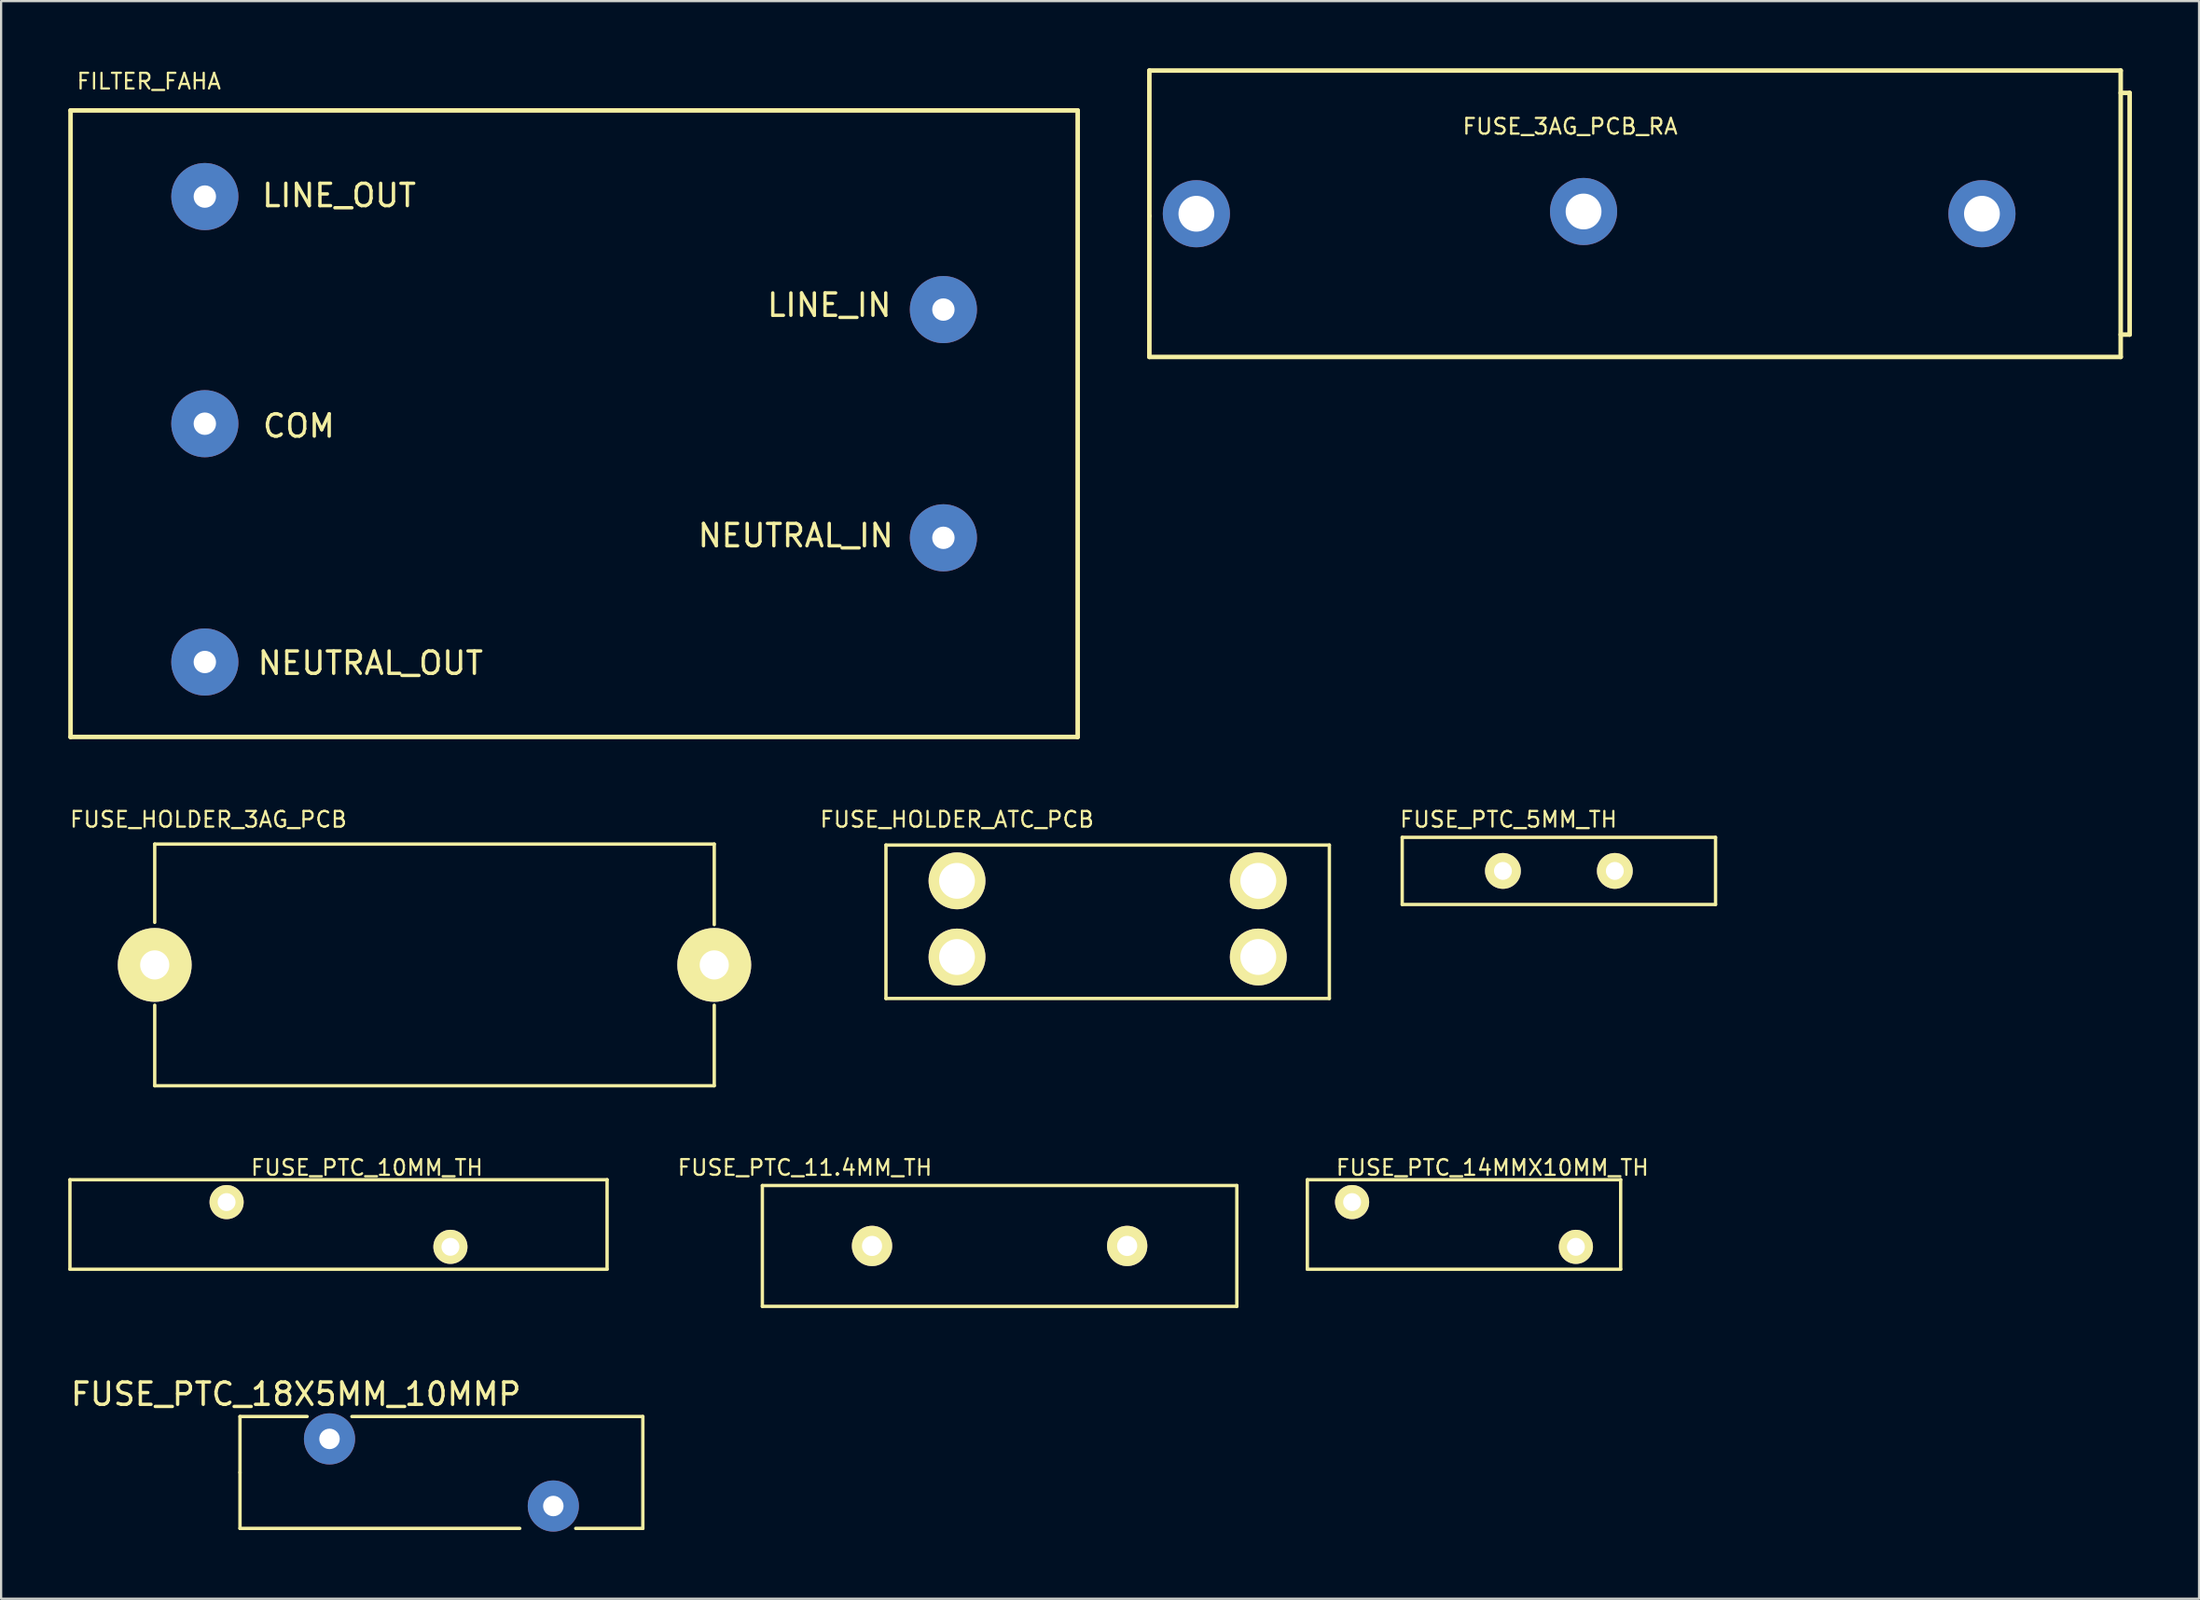
<source format=kicad_pcb>
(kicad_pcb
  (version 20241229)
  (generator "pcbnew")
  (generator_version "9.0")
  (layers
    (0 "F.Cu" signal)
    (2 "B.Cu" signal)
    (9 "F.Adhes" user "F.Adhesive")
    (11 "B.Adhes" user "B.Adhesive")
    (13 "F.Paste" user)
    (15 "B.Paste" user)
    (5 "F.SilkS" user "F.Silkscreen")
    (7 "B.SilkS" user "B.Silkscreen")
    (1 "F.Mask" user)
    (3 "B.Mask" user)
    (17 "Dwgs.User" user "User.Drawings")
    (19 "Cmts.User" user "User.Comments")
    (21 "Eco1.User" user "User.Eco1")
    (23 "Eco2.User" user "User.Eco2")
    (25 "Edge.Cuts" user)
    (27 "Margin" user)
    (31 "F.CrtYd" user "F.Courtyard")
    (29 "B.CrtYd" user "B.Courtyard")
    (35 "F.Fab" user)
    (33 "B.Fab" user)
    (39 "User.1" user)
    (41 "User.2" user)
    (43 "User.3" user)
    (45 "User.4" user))
  (footprint "FUSE_PTC_18X5MM_10MMP"
    (layer "F.Cu")
    (at 16.673 62.755)
    (property "Reference" "FUSE_PTC_18X5MM_10MMP" (at -6.5 -3.5 0) (layer "F.SilkS") (effects (font (size 1 1) (thickness 0.15))))
    (attr through_hole)
    (fp_line (start -9 -2.5) (end -6 -2.5) (stroke (width 0.15) (type solid)) (layer "F.SilkS"))
    (fp_line (start -9 0) (end -9 -2.5) (stroke (width 0.15) (type solid)) (layer "F.SilkS"))
    (fp_line (start -9 2.5) (end -9 0) (stroke (width 0.15) (type solid)) (layer "F.SilkS"))
    (fp_line (start -4 -2.5) (end 9 -2.5) (stroke (width 0.15) (type solid)) (layer "F.SilkS"))
    (fp_line (start 3.5 2.5) (end -9 2.5) (stroke (width 0.15) (type solid)) (layer "F.SilkS"))
    (fp_line (start 9 -2.5) (end 9 2.5) (stroke (width 0.15) (type solid)) (layer "F.SilkS"))
    (fp_line (start 9 2.5) (end 6 2.5) (stroke (width 0.15) (type solid)) (layer "F.SilkS"))
    (pad "1" thru_hole circle (at -5 -1.5) (size 2.286 2.286) (drill 0.914) (layers "*.Cu" "*.Mask"))
    (pad "2" thru_hole circle (at 5 1.5) (size 2.286 2.286) (drill 0.914) (layers "*.Cu" "*.Mask")))
  (footprint "FUSE_PTC_11.4MM_TH"
    (layer "F.Cu")
    (at 41.613 52.632)
    (property "Reference" "FUSE_PTC_11.4MM_TH" (at -8.7 -3.5 0) (layer "F.SilkS") (effects (font (size 0.7 0.7) (thickness 0.1))))
    (attr through_hole)
    (fp_line (start -10.6 -2.7) (end -10.6 2.7) (stroke (width 0.15) (type solid)) (layer "F.SilkS"))
    (fp_line (start -10.6 2.7) (end 10.6 2.7) (stroke (width 0.15) (type solid)) (layer "F.SilkS"))
    (fp_line (start 10.6 -2.7) (end -10.6 -2.7) (stroke (width 0.15) (type solid)) (layer "F.SilkS"))
    (fp_line (start 10.6 2.7) (end 10.6 -2.7) (stroke (width 0.15) (type solid)) (layer "F.SilkS"))
    (pad "1" thru_hole circle (at -5.7 0) (size 1.8 1.8) (drill 0.9) (layers "*.Cu" "*.Mask" "F.SilkS"))
    (pad "2" thru_hole circle (at 5.7 0) (size 1.8 1.8) (drill 0.9) (layers "*.Cu" "*.Mask" "F.SilkS")))
  (footprint "FUSE_PTC_5MM_TH"
    (layer "F.Cu")
    (at 66.602 35.872)
    (property "Reference" "FUSE_PTC_5MM_TH" (at -2.25 -2.3 0) (layer "F.SilkS") (effects (font (size 0.7 0.7) (thickness 0.1))))
    (attr through_hole)
    (fp_line (start -7 -1.5) (end 7 -1.5) (stroke (width 0.15) (type solid)) (layer "F.SilkS"))
    (fp_line (start -7 1.5) (end -7 -1.5) (stroke (width 0.15) (type solid)) (layer "F.SilkS"))
    (fp_line (start 7 -1.5) (end 7 1.5) (stroke (width 0.15) (type solid)) (layer "F.SilkS"))
    (fp_line (start 7 1.5) (end -7 1.5) (stroke (width 0.15) (type solid)) (layer "F.SilkS"))
    (pad "1" thru_hole circle (at -2.5 0) (size 1.6 1.6) (drill 0.8) (layers "*.Cu" "*.Mask" "F.SilkS"))
    (pad "2" thru_hole circle (at 2.5 0) (size 1.6 1.6) (drill 0.8) (layers "*.Cu" "*.Mask" "F.SilkS")))
  (footprint "FILTER_FAHA"
    (layer "F.Cu")
    (at 22.602 15.885)
    (property "Reference" "FILTER_FAHA" (at -19 -15.3 0) (layer "F.SilkS") (effects (font (size 0.7 0.7) (thickness 0.1))))
    (attr through_hole)
    (fp_line (start -22.5 -14) (end -22.5 14) (stroke (width 0.203) (type solid)) (layer "F.SilkS"))
    (fp_line (start -22.5 14) (end 22.5 14) (stroke (width 0.203) (type solid)) (layer "F.SilkS"))
    (fp_line (start 22.5 -14) (end -22.5 -14) (stroke (width 0.203) (type solid)) (layer "F.SilkS"))
    (fp_line (start 22.5 14) (end 22.5 -14) (stroke (width 0.203) (type solid)) (layer "F.SilkS"))
    (fp_text user "LINE_OUT" (at -10.5 -10.2 0) (layer "F.SilkS") (effects (font (size 1 1) (thickness 0.15))))
    (fp_text user "NEUTRAL_OUT" (at -9.1 10.7 0) (layer "F.SilkS") (effects (font (size 1 1) (thickness 0.15))))
    (fp_text user "LINE_IN" (at 11.4 -5.3 0) (layer "F.SilkS") (effects (font (size 1 1) (thickness 0.15))))
    (fp_text user "COM" (at -12.3 0.1 0) (layer "F.SilkS") (effects (font (size 1 1) (thickness 0.15))))
    (fp_text user "NEUTRAL_IN" (at 9.9 5 0) (layer "F.SilkS") (effects (font (size 1 1) (thickness 0.15))))
    (pad "1" thru_hole circle (at 16.5 -5.1) (size 3 3) (drill 1) (layers "*.Cu" "*.Mask"))
    (pad "2" thru_hole circle (at 16.5 5.1) (size 3 3) (drill 1) (layers "*.Cu" "*.Mask"))
    (pad "3" thru_hole circle (at -16.5 10.65) (size 3 3) (drill 1) (layers "*.Cu" "*.Mask"))
    (pad "4" thru_hole circle (at -16.5 0) (size 3 3) (drill 1) (layers "*.Cu" "*.Mask"))
    (pad "5" thru_hole circle (at -16.5 -10.15) (size 3 3) (drill 1) (layers "*.Cu" "*.Mask")))
  (footprint "FUSE_HOLDER_ATC_PCB"
    (layer "F.Cu")
    (at 46.441 38.017)
    (property "Reference" "FUSE_HOLDER_ATC_PCB" (at -6.731 -4.445 0) (layer "F.SilkS") (effects (font (size 0.7 0.7) (thickness 0.1))))
    (attr through_hole)
    (fp_line (start -9.906 -3.302) (end 9.906 -3.302) (stroke (width 0.15) (type solid)) (layer "F.SilkS"))
    (fp_line (start -9.906 3.556) (end -9.906 -3.302) (stroke (width 0.15) (type solid)) (layer "F.SilkS"))
    (fp_line (start 9.906 -3.302) (end 9.906 3.556) (stroke (width 0.15) (type solid)) (layer "F.SilkS"))
    (fp_line (start 9.906 3.556) (end -9.906 3.556) (stroke (width 0.15) (type solid)) (layer "F.SilkS"))
    (pad "1" thru_hole circle (at -6.731 -1.702) (size 2.54 2.54) (drill 1.6) (layers "*.Cu" "*.Mask" "F.SilkS"))
    (pad "2" thru_hole circle (at -6.731 1.702) (size 2.54 2.54) (drill 1.6) (layers "*.Cu" "*.Mask" "F.SilkS"))
    (pad "3" thru_hole circle (at 6.731 1.702) (size 2.54 2.54) (drill 1.6) (layers "*.Cu" "*.Mask" "F.SilkS"))
    (pad "4" thru_hole circle (at 6.731 -1.702) (size 2.54 2.54) (drill 1.6) (layers "*.Cu" "*.Mask" "F.SilkS")))
  (footprint "FUSE_HOLDER_3AG_PCB"
    (layer "F.Cu")
    (at 16.363 40.072)
    (property "Reference" "FUSE_HOLDER_3AG_PCB" (at -10.1 -6.5 0) (layer "F.SilkS") (effects (font (size 0.7 0.7) (thickness 0.1))))
    (attr through_hole)
    (fp_line (start -12.5 -5.4) (end 12.5 -5.4) (stroke (width 0.15) (type solid)) (layer "F.SilkS"))
    (fp_line (start -12.5 -1.9) (end -12.5 -5.4) (stroke (width 0.15) (type solid)) (layer "F.SilkS"))
    (fp_line (start -12.5 5.4) (end -12.5 1.8) (stroke (width 0.15) (type solid)) (layer "F.SilkS"))
    (fp_line (start 12.5 -5.4) (end 12.5 -1.8) (stroke (width 0.15) (type solid)) (layer "F.SilkS"))
    (fp_line (start 12.5 5.4) (end -12.5 5.4) (stroke (width 0.15) (type solid)) (layer "F.SilkS"))
    (fp_line (start 12.5 5.4) (end 12.5 1.8) (stroke (width 0.15) (type solid)) (layer "F.SilkS"))
    (pad "1" thru_hole circle (at -12.5 0) (size 3.3 3.3) (drill 1.3) (layers "*.Cu" "*.Mask" "F.SilkS"))
    (pad "2" thru_hole circle (at 12.5 0) (size 3.3 3.3) (drill 1.3) (layers "*.Cu" "*.Mask" "F.SilkS")))
  (footprint "FUSE_3AG_PCB_RA"
    (layer "F.Cu")
    (at 67.705 6.502)
    (property "Reference" "FUSE_3AG_PCB_RA" (at -0.6 -3.9 0) (layer "F.SilkS") (effects (font (size 0.7 0.7) (thickness 0.1))))
    (attr through_hole)
    (fp_line (start -19.4 -6.4) (end 24 -6.4) (stroke (width 0.203) (type solid)) (layer "F.SilkS"))
    (fp_line (start -19.4 0.1) (end -19.4 -6.4) (stroke (width 0.203) (type solid)) (layer "F.SilkS"))
    (fp_line (start -19.4 6.4) (end -19.4 0.1) (stroke (width 0.203) (type solid)) (layer "F.SilkS"))
    (fp_line (start 24 -6.4) (end 24 6.4) (stroke (width 0.203) (type solid)) (layer "F.SilkS"))
    (fp_line (start 24 -5.4) (end 24.4 -5.4) (stroke (width 0.203) (type solid)) (layer "F.SilkS"))
    (fp_line (start 24 6.4) (end -19.4 6.4) (stroke (width 0.203) (type solid)) (layer "F.SilkS"))
    (fp_line (start 24.4 -5.4) (end 24.4 5.4) (stroke (width 0.203) (type solid)) (layer "F.SilkS"))
    (fp_line (start 24.4 5.4) (end 24 5.4) (stroke (width 0.203) (type solid)) (layer "F.SilkS"))
    (pad "1" thru_hole circle (at -17.3 0) (size 3 3) (drill 1.6) (layers "*.Cu" "*.Mask"))
    (pad "2" thru_hole circle (at 0 -0.1) (size 3 3) (drill 1.6) (layers "*.Cu" "*.Mask"))
    (pad "A" thru_hole circle (at 17.8 0) (size 3 3) (drill 1.6) (layers "*.Cu" "*.Mask")))
  (footprint "FUSE_PTC_14MMX10MM_TH"
    (layer "F.Cu")
    (at 62.363 51.672)
    (property "Reference" "FUSE_PTC_14MMX10MM_TH" (at 1.27 -2.54 0) (layer "F.SilkS") (effects (font (size 0.7 0.7) (thickness 0.1))))
    (attr through_hole)
    (fp_line (start -7 -2) (end 7 -2) (stroke (width 0.15) (type solid)) (layer "F.SilkS"))
    (fp_line (start -7 2) (end -7 -2) (stroke (width 0.15) (type solid)) (layer "F.SilkS"))
    (fp_line (start 7 -2) (end 7 2) (stroke (width 0.15) (type solid)) (layer "F.SilkS"))
    (fp_line (start 7 2) (end -7 2) (stroke (width 0.15) (type solid)) (layer "F.SilkS"))
    (pad "1" thru_hole circle (at -5 -1) (size 1.524 1.524) (drill 0.8) (layers "*.Cu" "*.Mask" "F.SilkS"))
    (pad "2" thru_hole circle (at 5 1) (size 1.524 1.524) (drill 0.8) (layers "*.Cu" "*.Mask" "F.SilkS")))
  (footprint "FUSE_PTC_10MM_TH"
    (layer "F.Cu")
    (at 12.075 51.672)
    (property "Reference" "FUSE_PTC_10MM_TH" (at 1.27 -2.54 0) (layer "F.SilkS") (effects (font (size 0.7 0.7) (thickness 0.1))))
    (attr through_hole)
    (fp_line (start -12 -2) (end 12 -2) (stroke (width 0.15) (type solid)) (layer "F.SilkS"))
    (fp_line (start -12 2) (end -12 -2) (stroke (width 0.15) (type solid)) (layer "F.SilkS"))
    (fp_line (start 12 -2) (end 12 2) (stroke (width 0.15) (type solid)) (layer "F.SilkS"))
    (fp_line (start 12 2) (end -12 2) (stroke (width 0.15) (type solid)) (layer "F.SilkS"))
    (pad "1" thru_hole circle (at -5 -1) (size 1.524 1.524) (drill 0.8) (layers "*.Cu" "*.Mask" "F.SilkS"))
    (pad "2" thru_hole circle (at 5 1) (size 1.524 1.524) (drill 0.8) (layers "*.Cu" "*.Mask" "F.SilkS")))
  (gr_rect
    (start -3 -3)
    (end 95.206 68.398)
    (stroke (width 0.1) (type default))
    (fill no)
    (layer "Edge.Cuts")))
</source>
